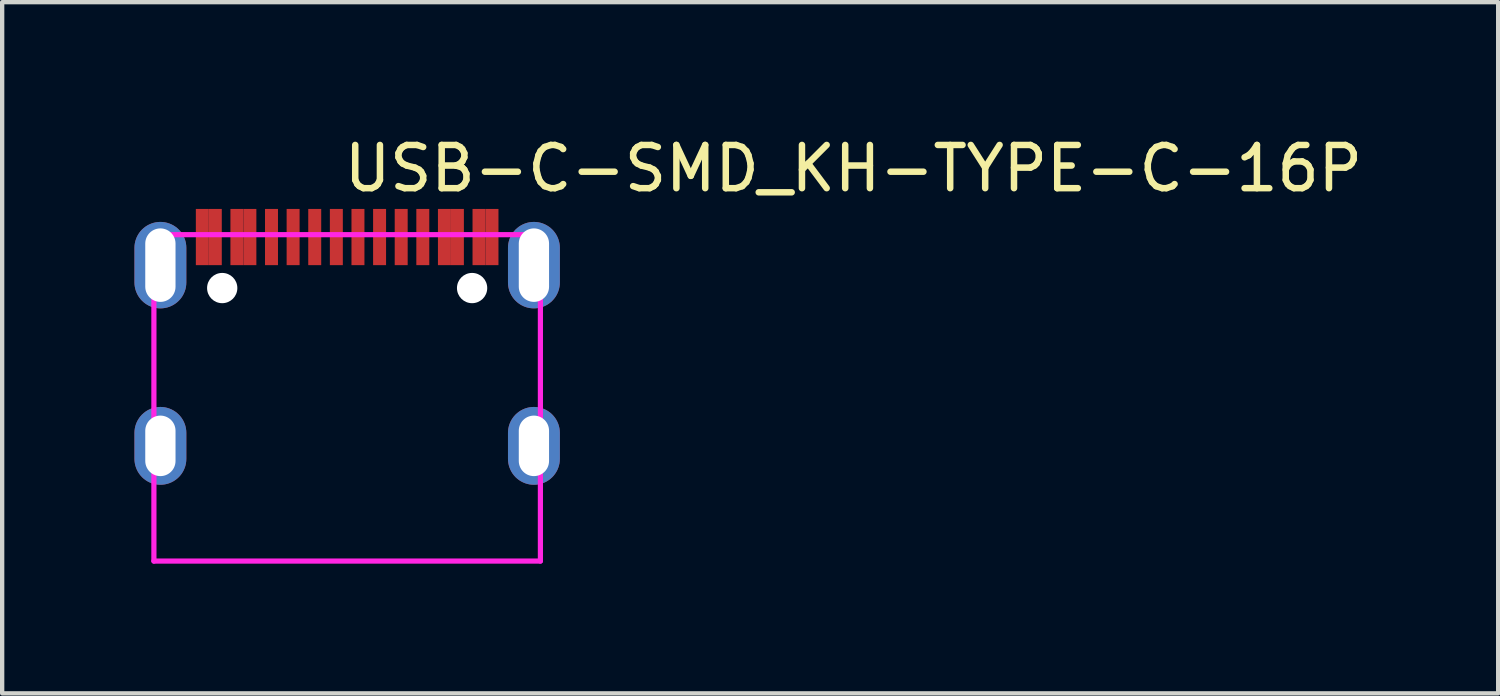
<source format=kicad_pcb>
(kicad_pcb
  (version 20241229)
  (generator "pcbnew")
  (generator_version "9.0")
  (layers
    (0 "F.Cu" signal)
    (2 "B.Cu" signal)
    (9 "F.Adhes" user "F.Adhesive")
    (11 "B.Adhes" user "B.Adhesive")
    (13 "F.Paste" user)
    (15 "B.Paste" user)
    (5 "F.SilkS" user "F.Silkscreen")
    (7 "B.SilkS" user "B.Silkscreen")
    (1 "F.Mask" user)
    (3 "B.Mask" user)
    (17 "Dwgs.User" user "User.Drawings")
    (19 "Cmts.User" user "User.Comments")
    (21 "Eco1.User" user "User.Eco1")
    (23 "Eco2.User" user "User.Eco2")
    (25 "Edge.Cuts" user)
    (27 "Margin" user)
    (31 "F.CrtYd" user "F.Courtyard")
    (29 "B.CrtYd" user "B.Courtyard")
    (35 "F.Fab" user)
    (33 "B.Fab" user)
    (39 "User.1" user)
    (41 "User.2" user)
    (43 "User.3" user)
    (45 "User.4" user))
  (footprint "USB-C-SMD_KH-TYPE-C-16P"
    (layer "F.Cu")
    (at 4.98 4.848)
    (property "Reference" "USB-C-SMD_KH-TYPE-C-16P" (at -0.15 -4 0) (layer "F.SilkS") (effects (font (size 1 1) (thickness 0.15)) (justify left)))
    (attr through_hole)
    (fp_poly (pts (xy -1.6 -1.765) (xy -1.6 -3.065) (xy -1.9 -3.065) (xy -1.9 -1.765)) (stroke (width 0.12) (type solid)) (fill yes) (layer "F.Paste"))
    (fp_poly (pts (xy -1.4 -3.065) (xy -1.4 -1.765) (xy -1.1 -1.765) (xy -1.1 -3.065)) (stroke (width 0.12) (type solid)) (fill yes) (layer "F.Paste"))
    (fp_poly (pts (xy -0.6 -1.765) (xy -0.6 -3.065) (xy -0.9 -3.065) (xy -0.9 -1.765)) (stroke (width 0.12) (type solid)) (fill yes) (layer "F.Paste"))
    (fp_poly (pts (xy -0.4 -3.065) (xy -0.4 -1.765) (xy -0.1 -1.765) (xy -0.1 -3.065)) (stroke (width 0.12) (type solid)) (fill yes) (layer "F.Paste"))
    (fp_poly (pts (xy 0.4 -1.765) (xy 0.4 -3.065) (xy 0.1 -3.065) (xy 0.1 -1.765)) (stroke (width 0.12) (type solid)) (fill yes) (layer "F.Paste"))
    (fp_poly (pts (xy 0.6 -3.065) (xy 0.6 -1.765) (xy 0.9 -1.765) (xy 0.9 -3.065)) (stroke (width 0.12) (type solid)) (fill yes) (layer "F.Paste"))
    (fp_poly (pts (xy 1.4 -1.765) (xy 1.4 -3.065) (xy 1.1 -3.065) (xy 1.1 -1.765)) (stroke (width 0.12) (type solid)) (fill yes) (layer "F.Paste"))
    (fp_poly (pts (xy 1.9 -1.765) (xy 1.9 -3.065) (xy 1.6 -3.065) (xy 1.6 -1.765)) (stroke (width 0.12) (type solid)) (fill yes) (layer "F.Paste"))
    (fp_poly (pts (xy -3.5 -3.065) (xy -3.5 -1.765) (xy -3.2 -1.765) (xy -2.9 -1.765) (xy -2.9 -3.065) (xy -3.2 -3.065)) (stroke (width 0.12) (type solid)) (fill yes) (layer "F.Paste"))
    (fp_poly (pts (xy -2.1 -1.765) (xy -2.1 -3.065) (xy -2.4 -3.065) (xy -2.7 -3.065) (xy -2.7 -1.765) (xy -2.4 -1.765)) (stroke (width 0.12) (type solid)) (fill yes) (layer "F.Paste"))
    (fp_poly (pts (xy 2.7 -1.765) (xy 2.7 -3.065) (xy 2.4 -3.065) (xy 2.1 -3.065) (xy 2.1 -1.765) (xy 2.4 -1.765)) (stroke (width 0.12) (type solid)) (fill yes) (layer "F.Paste"))
    (fp_poly (pts (xy 3.5 -1.765) (xy 3.5 -3.065) (xy 3.2 -3.065) (xy 2.9 -3.065) (xy 2.9 -1.765) (xy 3.2 -1.765)) (stroke (width 0.12) (type solid)) (fill yes) (layer "F.Paste"))
    (fp_poly (pts (xy -4.275 -2.763) (xy -4.305 -2.765) (xy -4.335 -2.765) (xy -4.365 -2.763) (xy -4.395 -2.76) (xy -4.424 -2.756) (xy -4.454 -2.75) (xy -4.483 -2.743) (xy -4.511 -2.734) (xy -4.539 -2.724) (xy -4.567 -2.712) (xy -4.594 -2.699) (xy -4.62 -2.685) (xy -4.646 -2.669) (xy -4.67 -2.652) (xy -4.694 -2.634) (xy -4.717 -2.615) (xy -4.739 -2.595) (xy -4.76 -2.573) (xy -4.78 -2.551) (xy -4.798 -2.527) (xy -4.816 -2.503) (xy -4.832 -2.478) (xy -4.847 -2.452) (xy -4.861 -2.425) (xy -4.873 -2.398) (xy -4.884 -2.37) (xy -4.893 -2.342) (xy -4.901 -2.313) (xy -4.908 -2.284) (xy -4.913 -2.254) (xy -4.917 -2.225) (xy -4.919 -2.195) (xy -4.92 -2.165) (xy -4.92 -1.365) (xy -4.919 -1.335) (xy -4.917 -1.305) (xy -4.913 -1.276) (xy -4.908 -1.246) (xy -4.901 -1.217) (xy -4.893 -1.188) (xy -4.884 -1.16) (xy -4.873 -1.132) (xy -4.861 -1.105) (xy -4.847 -1.078) (xy -4.832 -1.052) (xy -4.816 -1.027) (xy -4.798 -1.003) (xy -4.78 -0.979) (xy -4.76 -0.957) (xy -4.739 -0.936) (xy -4.717 -0.915) (xy -4.694 -0.896) (xy -4.67 -0.878) (xy -4.646 -0.861) (xy -4.62 -0.845) (xy -4.594 -0.831) (xy -4.567 -0.818) (xy -4.539 -0.807) (xy -4.511 -0.796) (xy -4.483 -0.787) (xy -4.454 -0.78) (xy -4.424 -0.774) (xy -4.395 -0.77) (xy -4.365 -0.767) (xy -4.335 -0.765) (xy -4.305 -0.765) (xy -4.275 -0.767) (xy -4.245 -0.77) (xy -4.216 -0.774) (xy -4.187 -0.78) (xy -4.158 -0.787) (xy -4.129 -0.796) (xy -4.101 -0.807) (xy -4.073 -0.818) (xy -4.046 -0.831) (xy -4.02 -0.845) (xy -3.995 -0.861) (xy -3.97 -0.878) (xy -3.946 -0.896) (xy -3.923 -0.915) (xy -3.901 -0.936) (xy -3.88 -0.957) (xy -3.86 -0.979) (xy -3.842 -1.003) (xy -3.824 -1.027) (xy -3.808 -1.052) (xy -3.793 -1.078) (xy -3.779 -1.105) (xy -3.767 -1.132) (xy -3.756 -1.16) (xy -3.747 -1.188) (xy -3.739 -1.217) (xy -3.732 -1.246) (xy -3.727 -1.276) (xy -3.723 -1.305) (xy -3.721 -1.335) (xy -3.72 -1.365) (xy -3.72 -2.165) (xy -3.721 -2.195) (xy -3.723 -2.225) (xy -3.727 -2.254) (xy -3.732 -2.284) (xy -3.739 -2.313) (xy -3.747 -2.342) (xy -3.756 -2.37) (xy -3.767 -2.398) (xy -3.779 -2.425) (xy -3.793 -2.452) (xy -3.808 -2.478) (xy -3.824 -2.503) (xy -3.842 -2.527) (xy -3.86 -2.551) (xy -3.88 -2.573) (xy -3.901 -2.595) (xy -3.923 -2.615) (xy -3.946 -2.634) (xy -3.97 -2.652) (xy -3.995 -2.669) (xy -4.02 -2.685) (xy -4.046 -2.699) (xy -4.073 -2.712) (xy -4.101 -2.724) (xy -4.129 -2.734) (xy -4.158 -2.743) (xy -4.187 -2.75) (xy -4.216 -2.756) (xy -4.245 -2.76)) (stroke (width 0.12) (type solid)) (fill yes) (layer "F.Paste"))
    (fp_poly (pts (xy -4.275 1.517) (xy -4.305 1.515) (xy -4.335 1.515) (xy -4.365 1.517) (xy -4.395 1.52) (xy -4.424 1.524) (xy -4.454 1.53) (xy -4.483 1.537) (xy -4.511 1.546) (xy -4.539 1.557) (xy -4.567 1.568) (xy -4.594 1.581) (xy -4.62 1.595) (xy -4.646 1.611) (xy -4.67 1.628) (xy -4.694 1.646) (xy -4.717 1.665) (xy -4.739 1.686) (xy -4.76 1.707) (xy -4.78 1.729) (xy -4.798 1.753) (xy -4.816 1.777) (xy -4.832 1.802) (xy -4.847 1.828) (xy -4.861 1.855) (xy -4.873 1.882) (xy -4.884 1.91) (xy -4.893 1.938) (xy -4.901 1.967) (xy -4.908 1.996) (xy -4.913 2.026) (xy -4.917 2.055) (xy -4.919 2.085) (xy -4.92 2.115) (xy -4.92 2.715) (xy -4.919 2.745) (xy -4.917 2.775) (xy -4.913 2.804) (xy -4.908 2.834) (xy -4.901 2.863) (xy -4.893 2.892) (xy -4.884 2.92) (xy -4.873 2.948) (xy -4.861 2.975) (xy -4.847 3.002) (xy -4.832 3.028) (xy -4.816 3.053) (xy -4.798 3.077) (xy -4.78 3.101) (xy -4.76 3.123) (xy -4.739 3.145) (xy -4.717 3.165) (xy -4.694 3.184) (xy -4.67 3.202) (xy -4.646 3.219) (xy -4.62 3.235) (xy -4.594 3.249) (xy -4.567 3.262) (xy -4.539 3.274) (xy -4.511 3.284) (xy -4.483 3.293) (xy -4.454 3.3) (xy -4.424 3.306) (xy -4.395 3.31) (xy -4.365 3.313) (xy -4.335 3.315) (xy -4.305 3.315) (xy -4.275 3.313) (xy -4.245 3.31) (xy -4.216 3.306) (xy -4.187 3.3) (xy -4.158 3.293) (xy -4.129 3.284) (xy -4.101 3.274) (xy -4.073 3.262) (xy -4.046 3.249) (xy -4.02 3.235) (xy -3.995 3.219) (xy -3.97 3.202) (xy -3.946 3.184) (xy -3.923 3.165) (xy -3.901 3.145) (xy -3.88 3.123) (xy -3.86 3.101) (xy -3.842 3.077) (xy -3.824 3.053) (xy -3.808 3.028) (xy -3.793 3.002) (xy -3.779 2.975) (xy -3.767 2.948) (xy -3.756 2.92) (xy -3.747 2.892) (xy -3.739 2.863) (xy -3.732 2.834) (xy -3.727 2.804) (xy -3.723 2.775) (xy -3.721 2.745) (xy -3.72 2.715) (xy -3.72 2.115) (xy -3.721 2.085) (xy -3.723 2.055) (xy -3.727 2.026) (xy -3.732 1.996) (xy -3.739 1.967) (xy -3.747 1.938) (xy -3.756 1.91) (xy -3.767 1.882) (xy -3.779 1.855) (xy -3.793 1.828) (xy -3.808 1.802) (xy -3.824 1.777) (xy -3.842 1.753) (xy -3.86 1.729) (xy -3.88 1.707) (xy -3.901 1.686) (xy -3.923 1.665) (xy -3.946 1.646) (xy -3.97 1.628) (xy -3.995 1.611) (xy -4.02 1.595) (xy -4.046 1.581) (xy -4.073 1.568) (xy -4.101 1.557) (xy -4.129 1.546) (xy -4.158 1.537) (xy -4.187 1.53) (xy -4.216 1.524) (xy -4.245 1.52)) (stroke (width 0.12) (type solid)) (fill yes) (layer "F.Paste"))
    (fp_poly (pts (xy 4.365 -2.763) (xy 4.335 -2.765) (xy 4.305 -2.765) (xy 4.275 -2.763) (xy 4.245 -2.76) (xy 4.216 -2.756) (xy 4.187 -2.75) (xy 4.158 -2.743) (xy 4.129 -2.734) (xy 4.101 -2.724) (xy 4.073 -2.712) (xy 4.046 -2.699) (xy 4.02 -2.685) (xy 3.995 -2.669) (xy 3.97 -2.652) (xy 3.946 -2.634) (xy 3.923 -2.615) (xy 3.901 -2.595) (xy 3.88 -2.573) (xy 3.86 -2.551) (xy 3.842 -2.527) (xy 3.824 -2.503) (xy 3.808 -2.478) (xy 3.793 -2.452) (xy 3.779 -2.425) (xy 3.767 -2.398) (xy 3.756 -2.37) (xy 3.747 -2.342) (xy 3.739 -2.313) (xy 3.732 -2.284) (xy 3.727 -2.254) (xy 3.723 -2.225) (xy 3.721 -2.195) (xy 3.72 -2.165) (xy 3.72 -1.365) (xy 3.721 -1.335) (xy 3.723 -1.305) (xy 3.727 -1.276) (xy 3.732 -1.246) (xy 3.739 -1.217) (xy 3.747 -1.188) (xy 3.756 -1.16) (xy 3.767 -1.132) (xy 3.779 -1.105) (xy 3.793 -1.078) (xy 3.808 -1.052) (xy 3.824 -1.027) (xy 3.842 -1.003) (xy 3.86 -0.979) (xy 3.88 -0.957) (xy 3.901 -0.936) (xy 3.923 -0.915) (xy 3.946 -0.896) (xy 3.97 -0.878) (xy 3.995 -0.861) (xy 4.02 -0.845) (xy 4.046 -0.831) (xy 4.073 -0.818) (xy 4.101 -0.807) (xy 4.129 -0.796) (xy 4.158 -0.787) (xy 4.187 -0.78) (xy 4.216 -0.774) (xy 4.245 -0.77) (xy 4.275 -0.767) (xy 4.305 -0.765) (xy 4.335 -0.765) (xy 4.365 -0.767) (xy 4.395 -0.77) (xy 4.424 -0.774) (xy 4.454 -0.78) (xy 4.483 -0.787) (xy 4.511 -0.796) (xy 4.539 -0.807) (xy 4.567 -0.818) (xy 4.594 -0.831) (xy 4.62 -0.845) (xy 4.646 -0.861) (xy 4.67 -0.878) (xy 4.694 -0.896) (xy 4.717 -0.915) (xy 4.739 -0.936) (xy 4.76 -0.957) (xy 4.78 -0.979) (xy 4.798 -1.003) (xy 4.816 -1.027) (xy 4.832 -1.052) (xy 4.847 -1.078) (xy 4.861 -1.105) (xy 4.873 -1.132) (xy 4.884 -1.16) (xy 4.893 -1.188) (xy 4.901 -1.217) (xy 4.908 -1.246) (xy 4.913 -1.276) (xy 4.917 -1.305) (xy 4.919 -1.335) (xy 4.92 -1.365) (xy 4.92 -2.165) (xy 4.919 -2.195) (xy 4.917 -2.225) (xy 4.913 -2.254) (xy 4.908 -2.284) (xy 4.901 -2.313) (xy 4.893 -2.342) (xy 4.884 -2.37) (xy 4.873 -2.398) (xy 4.861 -2.425) (xy 4.847 -2.452) (xy 4.832 -2.478) (xy 4.816 -2.503) (xy 4.798 -2.527) (xy 4.78 -2.551) (xy 4.76 -2.573) (xy 4.739 -2.595) (xy 4.717 -2.615) (xy 4.694 -2.634) (xy 4.67 -2.652) (xy 4.646 -2.669) (xy 4.62 -2.685) (xy 4.594 -2.699) (xy 4.567 -2.712) (xy 4.539 -2.724) (xy 4.511 -2.734) (xy 4.483 -2.743) (xy 4.454 -2.75) (xy 4.424 -2.756) (xy 4.395 -2.76)) (stroke (width 0.12) (type solid)) (fill yes) (layer "F.Paste"))
    (fp_poly (pts (xy 4.365 1.517) (xy 4.335 1.515) (xy 4.305 1.515) (xy 4.275 1.517) (xy 4.245 1.52) (xy 4.216 1.524) (xy 4.187 1.53) (xy 4.158 1.537) (xy 4.129 1.546) (xy 4.101 1.557) (xy 4.073 1.568) (xy 4.046 1.581) (xy 4.02 1.595) (xy 3.995 1.611) (xy 3.97 1.628) (xy 3.946 1.646) (xy 3.923 1.665) (xy 3.901 1.686) (xy 3.88 1.707) (xy 3.86 1.729) (xy 3.842 1.753) (xy 3.824 1.777) (xy 3.808 1.802) (xy 3.793 1.828) (xy 3.779 1.855) (xy 3.767 1.882) (xy 3.756 1.91) (xy 3.747 1.938) (xy 3.739 1.967) (xy 3.732 1.996) (xy 3.727 2.026) (xy 3.723 2.055) (xy 3.721 2.085) (xy 3.72 2.115) (xy 3.72 2.715) (xy 3.721 2.745) (xy 3.723 2.775) (xy 3.727 2.804) (xy 3.732 2.834) (xy 3.739 2.863) (xy 3.747 2.892) (xy 3.756 2.92) (xy 3.767 2.948) (xy 3.779 2.975) (xy 3.793 3.002) (xy 3.808 3.028) (xy 3.824 3.053) (xy 3.842 3.077) (xy 3.86 3.101) (xy 3.88 3.123) (xy 3.901 3.145) (xy 3.923 3.165) (xy 3.946 3.184) (xy 3.97 3.202) (xy 3.995 3.219) (xy 4.02 3.235) (xy 4.046 3.249) (xy 4.073 3.262) (xy 4.101 3.274) (xy 4.129 3.284) (xy 4.158 3.293) (xy 4.187 3.3) (xy 4.216 3.306) (xy 4.245 3.31) (xy 4.275 3.313) (xy 4.305 3.315) (xy 4.335 3.315) (xy 4.365 3.313) (xy 4.395 3.31) (xy 4.424 3.306) (xy 4.454 3.3) (xy 4.483 3.293) (xy 4.511 3.284) (xy 4.539 3.274) (xy 4.567 3.262) (xy 4.594 3.249) (xy 4.62 3.235) (xy 4.646 3.219) (xy 4.67 3.202) (xy 4.694 3.184) (xy 4.717 3.165) (xy 4.739 3.145) (xy 4.76 3.123) (xy 4.78 3.101) (xy 4.798 3.077) (xy 4.816 3.053) (xy 4.832 3.028) (xy 4.847 3.002) (xy 4.861 2.975) (xy 4.873 2.948) (xy 4.884 2.92) (xy 4.893 2.892) (xy 4.901 2.863) (xy 4.908 2.834) (xy 4.913 2.804) (xy 4.917 2.775) (xy 4.919 2.745) (xy 4.92 2.715) (xy 4.92 2.115) (xy 4.919 2.085) (xy 4.917 2.055) (xy 4.913 2.026) (xy 4.908 1.996) (xy 4.901 1.967) (xy 4.893 1.938) (xy 4.884 1.91) (xy 4.873 1.882) (xy 4.861 1.855) (xy 4.847 1.828) (xy 4.832 1.802) (xy 4.816 1.777) (xy 4.798 1.753) (xy 4.78 1.729) (xy 4.76 1.707) (xy 4.739 1.686) (xy 4.717 1.665) (xy 4.694 1.646) (xy 4.67 1.628) (xy 4.646 1.611) (xy 4.62 1.595) (xy 4.594 1.581) (xy 4.567 1.568) (xy 4.539 1.557) (xy 4.511 1.546) (xy 4.483 1.537) (xy 4.454 1.53) (xy 4.424 1.524) (xy 4.395 1.52)) (stroke (width 0.12) (type solid)) (fill yes) (layer "F.Paste"))
    (fp_circle (center -2.89 -1.235) (end -2.765 -1.235) (stroke (width 0.25) (type solid)) (fill no) (layer "Dwgs.User"))
    (fp_circle (center 2.89 -1.235) (end 3.015 -1.235) (stroke (width 0.25) (type solid)) (fill no) (layer "Dwgs.User"))
    (fp_circle (center -4.47 -2.76) (end -4.44 -2.76) (stroke (width 0.06) (type solid)) (fill no) (layer "Eco2.User"))
    (fp_poly (pts (xy -4.47 -2.315) (xy -4.17 -2.315) (xy -4.17 -1.215) (xy -4.47 -1.215)) (stroke (width 0.12) (type solid)) (fill no) (layer "Eco2.User"))
    (fp_poly (pts (xy -4.47 2.015) (xy -4.17 2.015) (xy -4.17 2.815) (xy -4.47 2.815)) (stroke (width 0.12) (type solid)) (fill no) (layer "Eco2.User"))
    (fp_poly (pts (xy -3.4 -2.76) (xy -3.2 -2.76) (xy -3.2 -1.76) (xy -3.4 -1.76)) (stroke (width 0.12) (type solid)) (fill no) (layer "Eco2.User"))
    (fp_poly (pts (xy -3.2 -2.76) (xy -3 -2.76) (xy -3 -1.76) (xy -3.2 -1.76)) (stroke (width 0.12) (type solid)) (fill no) (layer "Eco2.User"))
    (fp_poly (pts (xy -2.6 -2.76) (xy -2.4 -2.76) (xy -2.4 -1.76) (xy -2.6 -1.76)) (stroke (width 0.12) (type solid)) (fill no) (layer "Eco2.User"))
    (fp_poly (pts (xy -2.4 -2.76) (xy -2.2 -2.76) (xy -2.2 -1.76) (xy -2.4 -1.76)) (stroke (width 0.12) (type solid)) (fill no) (layer "Eco2.User"))
    (fp_poly (pts (xy -1.85 -2.76) (xy -1.65 -2.76) (xy -1.65 -1.76) (xy -1.85 -1.76)) (stroke (width 0.12) (type solid)) (fill no) (layer "Eco2.User"))
    (fp_poly (pts (xy -1.35 -2.76) (xy -1.15 -2.76) (xy -1.15 -1.76) (xy -1.35 -1.76)) (stroke (width 0.12) (type solid)) (fill no) (layer "Eco2.User"))
    (fp_poly (pts (xy -0.85 -2.76) (xy -0.65 -2.76) (xy -0.65 -1.76) (xy -0.85 -1.76)) (stroke (width 0.12) (type solid)) (fill no) (layer "Eco2.User"))
    (fp_poly (pts (xy -0.35 -2.76) (xy -0.15 -2.76) (xy -0.15 -1.76) (xy -0.35 -1.76)) (stroke (width 0.12) (type solid)) (fill no) (layer "Eco2.User"))
    (fp_poly (pts (xy 0.15 -2.76) (xy 0.35 -2.76) (xy 0.35 -1.76) (xy 0.15 -1.76)) (stroke (width 0.12) (type solid)) (fill no) (layer "Eco2.User"))
    (fp_poly (pts (xy 0.65 -2.76) (xy 0.85 -2.76) (xy 0.85 -1.76) (xy 0.65 -1.76)) (stroke (width 0.12) (type solid)) (fill no) (layer "Eco2.User"))
    (fp_poly (pts (xy 1.15 -2.76) (xy 1.35 -2.76) (xy 1.35 -1.76) (xy 1.15 -1.76)) (stroke (width 0.12) (type solid)) (fill no) (layer "Eco2.User"))
    (fp_poly (pts (xy 1.65 -2.76) (xy 1.85 -2.76) (xy 1.85 -1.76) (xy 1.65 -1.76)) (stroke (width 0.12) (type solid)) (fill no) (layer "Eco2.User"))
    (fp_poly (pts (xy 2.2 -2.76) (xy 2.4 -2.76) (xy 2.4 -1.76) (xy 2.2 -1.76)) (stroke (width 0.12) (type solid)) (fill no) (layer "Eco2.User"))
    (fp_poly (pts (xy 2.4 -2.76) (xy 2.6 -2.76) (xy 2.6 -1.76) (xy 2.4 -1.76)) (stroke (width 0.12) (type solid)) (fill no) (layer "Eco2.User"))
    (fp_poly (pts (xy 3 -2.76) (xy 3.2 -2.76) (xy 3.2 -1.76) (xy 3 -1.76)) (stroke (width 0.12) (type solid)) (fill no) (layer "Eco2.User"))
    (fp_poly (pts (xy 3.2 -2.76) (xy 3.4 -2.76) (xy 3.4 -1.76) (xy 3.2 -1.76)) (stroke (width 0.12) (type solid)) (fill no) (layer "Eco2.User"))
    (fp_poly (pts (xy 4.17 -2.315) (xy 4.47 -2.315) (xy 4.47 -1.215) (xy 4.17 -1.215)) (stroke (width 0.12) (type solid)) (fill no) (layer "Eco2.User"))
    (fp_poly (pts (xy 4.17 2.015) (xy 4.47 2.015) (xy 4.47 2.815) (xy 4.17 2.815)) (stroke (width 0.12) (type solid)) (fill no) (layer "Eco2.User"))
    (fp_line (start -4.47 -2.47) (end 4.47 -2.47) (stroke (width 0.12) (type solid)) (layer "F.CrtYd"))
    (fp_line (start -4.47 5.08) (end -4.47 -2.47) (stroke (width 0.12) (type solid)) (layer "F.CrtYd"))
    (fp_line (start 4.47 -2.47) (end 4.47 5.08) (stroke (width 0.12) (type solid)) (layer "F.CrtYd"))
    (fp_line (start 4.47 5.08) (end -4.47 5.08) (stroke (width 0.12) (type solid)) (layer "F.CrtYd"))
    (pad "" np_thru_hole circle (at -2.89 -1.235) (size 0.7 0.7) (drill 0.7) (layers "*.Cu" "*.Mask"))
    (pad "" np_thru_hole circle (at 2.89 -1.235) (size 0.7 0.7) (drill 0.7) (layers "*.Cu" "*.Mask"))
    (pad "1" thru_hole oval (at -4.32 -1.765) (size 1.2 2) (drill oval 0.7 1.7) (layers "*.Cu" "*.Mask"))
    (pad "2" thru_hole oval (at 4.32 -1.765) (size 1.2 2) (drill oval 0.7 1.7) (layers "*.Cu" "*.Mask"))
    (pad "3" thru_hole oval (at -4.32 2.415) (size 1.2 1.8) (drill oval 0.7 1.4) (layers "*.Cu" "*.Mask"))
    (pad "4" thru_hole oval (at 4.32 2.415) (size 1.2 1.8) (drill oval 0.7 1.4) (layers "*.Cu" "*.Mask"))
    (pad "A1" smd rect (at -3.35 -2.415) (size 0.3 1.3) (layers "F.Cu" "F.Mask" "F.Paste"))
    (pad "A4" smd rect (at -2.55 -2.415) (size 0.3 1.3) (layers "F.Cu" "F.Mask" "F.Paste"))
    (pad "A5" smd rect (at -1.25 -2.415) (size 0.3 1.3) (layers "F.Cu" "F.Mask" "F.Paste"))
    (pad "A6" smd rect (at -0.25 -2.415) (size 0.3 1.3) (layers "F.Cu" "F.Mask" "F.Paste"))
    (pad "A7" smd rect (at 0.25 -2.415) (size 0.3 1.3) (layers "F.Cu" "F.Mask" "F.Paste"))
    (pad "A8" smd rect (at 1.25 -2.415) (size 0.3 1.3) (layers "F.Cu" "F.Mask" "F.Paste"))
    (pad "A9" smd rect (at 2.55 -2.415) (size 0.3 1.3) (layers "F.Cu" "F.Mask" "F.Paste"))
    (pad "A12" smd rect (at 3.35 -2.415) (size 0.3 1.3) (layers "F.Cu" "F.Mask" "F.Paste"))
    (pad "B1" smd rect (at 3.05 -2.415) (size 0.3 1.3) (layers "F.Cu" "F.Mask" "F.Paste"))
    (pad "B4" smd rect (at 2.25 -2.415) (size 0.3 1.3) (layers "F.Cu" "F.Mask" "F.Paste"))
    (pad "B5" smd rect (at 1.75 -2.415) (size 0.3 1.3) (layers "F.Cu" "F.Mask" "F.Paste"))
    (pad "B6" smd rect (at 0.75 -2.415) (size 0.3 1.3) (layers "F.Cu" "F.Mask" "F.Paste"))
    (pad "B7" smd rect (at -0.75 -2.415) (size 0.3 1.3) (layers "F.Cu" "F.Mask" "F.Paste"))
    (pad "B8" smd rect (at -1.75 -2.415) (size 0.3 1.3) (layers "F.Cu" "F.Mask" "F.Paste"))
    (pad "B9" smd rect (at -2.25 -2.415) (size 0.3 1.3) (layers "F.Cu" "F.Mask" "F.Paste"))
    (pad "B12" smd rect (at -3.05 -2.415) (size 0.3 1.3) (layers "F.Cu" "F.Mask" "F.Paste")))
  (gr_rect
    (start -3 -3)
    (end 31.604 12.988)
    (stroke (width 0.1) (type default))
    (fill no)
    (layer "Edge.Cuts")))
</source>
